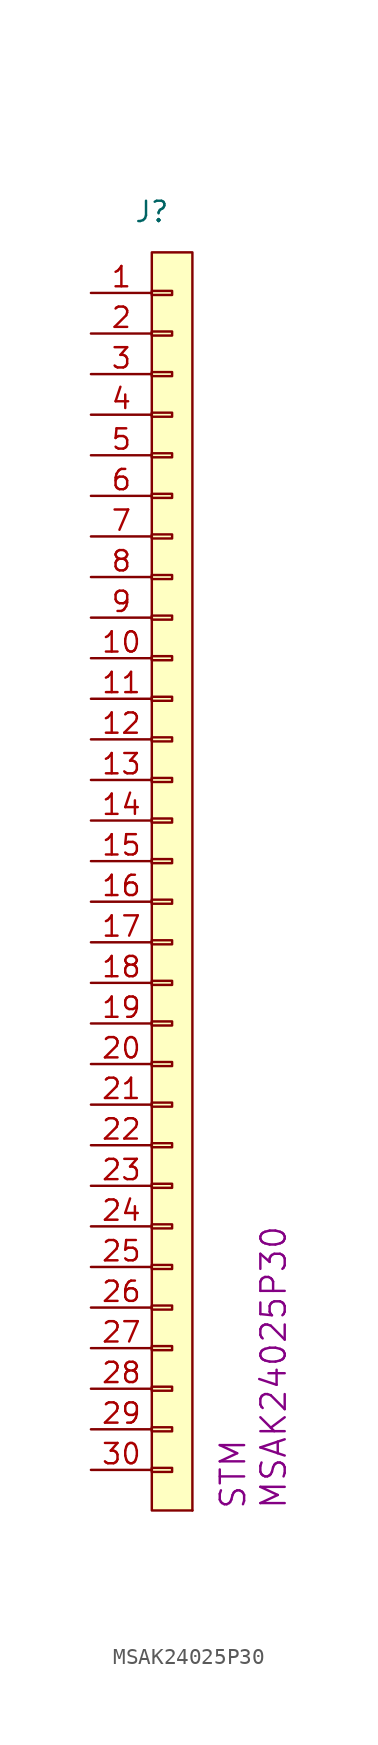
<source format=kicad_sym>
(kicad_symbol_lib
  (version 20211014)
  (generator kicad_symbol_editor)
  (symbol "MSAK24025P30"
    (pin_names
      (offset 1.016) hide)
    (property "Reference" "J"
      (at 0 41.91 0)
      (effects (font (size 1.27 1.27))))
    (property "MPN" "MSAK24025P30"
      (at 7.62 -39.37 90)
      (effects (font (size 1.524 1.524)) (justify left)))
    (property "Manufacturer" "STM"
      (at 5.08 -39.37 90)
      (effects (font (size 1.524 1.524)) (justify left)))
    (symbol "MSAK24025P30_0_1"
      (rectangle (start 0 39.37) (end 2.54 -39.37) (stroke (width 0) (type default) (color 0 0 0 0)) (fill (type background)))
      (rectangle (start 2.54 -39.37) (end 2.54 -39.37) (stroke (width 0) (type default) (color 0 0 0 0)) (fill (type none))))
    (symbol "MSAK24025P30_1_1"
      (rectangle (start 0 -36.703) (end 1.27 -36.957) (stroke (width 0.152) (type default) (color 0 0 0 0)) (fill (type none)))
      (rectangle (start 0 -34.163) (end 1.27 -34.417) (stroke (width 0.152) (type default) (color 0 0 0 0)) (fill (type none)))
      (rectangle (start 0 -31.623) (end 1.27 -31.877) (stroke (width 0.152) (type default) (color 0 0 0 0)) (fill (type none)))
      (rectangle (start 0 -29.083) (end 1.27 -29.337) (stroke (width 0.152) (type default) (color 0 0 0 0)) (fill (type none)))
      (rectangle (start 0 -26.543) (end 1.27 -26.797) (stroke (width 0.152) (type default) (color 0 0 0 0)) (fill (type none)))
      (rectangle (start 0 -24.003) (end 1.27 -24.257) (stroke (width 0.152) (type default) (color 0 0 0 0)) (fill (type none)))
      (rectangle (start 0 -21.463) (end 1.27 -21.717) (stroke (width 0.152) (type default) (color 0 0 0 0)) (fill (type none)))
      (rectangle (start 0 -18.923) (end 1.27 -19.177) (stroke (width 0.152) (type default) (color 0 0 0 0)) (fill (type none)))
      (rectangle (start 0 -16.383) (end 1.27 -16.637) (stroke (width 0.152) (type default) (color 0 0 0 0)) (fill (type none)))
      (rectangle (start 0 -13.843) (end 1.27 -14.097) (stroke (width 0.152) (type default) (color 0 0 0 0)) (fill (type none)))
      (rectangle (start 0 -11.303) (end 1.27 -11.557) (stroke (width 0.152) (type default) (color 0 0 0 0)) (fill (type none)))
      (rectangle (start 0 -8.763) (end 1.27 -9.017) (stroke (width 0.152) (type default) (color 0 0 0 0)) (fill (type none)))
      (rectangle (start 0 -6.223) (end 1.27 -6.477) (stroke (width 0.152) (type default) (color 0 0 0 0)) (fill (type none)))
      (rectangle (start 0 -3.683) (end 1.27 -3.937) (stroke (width 0.152) (type default) (color 0 0 0 0)) (fill (type none)))
      (rectangle (start 0 -1.143) (end 1.27 -1.397) (stroke (width 0.152) (type default) (color 0 0 0 0)) (fill (type none)))
      (rectangle (start 0 1.397) (end 1.27 1.143) (stroke (width 0.152) (type default) (color 0 0 0 0)) (fill (type none)))
      (rectangle (start 0 3.937) (end 1.27 3.683) (stroke (width 0.152) (type default) (color 0 0 0 0)) (fill (type none)))
      (rectangle (start 0 6.477) (end 1.27 6.223) (stroke (width 0.152) (type default) (color 0 0 0 0)) (fill (type none)))
      (rectangle (start 0 9.017) (end 1.27 8.763) (stroke (width 0.152) (type default) (color 0 0 0 0)) (fill (type none)))
      (rectangle (start 0 11.557) (end 1.27 11.303) (stroke (width 0.152) (type default) (color 0 0 0 0)) (fill (type none)))
      (rectangle (start 0 14.097) (end 1.27 13.843) (stroke (width 0.152) (type default) (color 0 0 0 0)) (fill (type none)))
      (rectangle (start 0 16.637) (end 1.27 16.383) (stroke (width 0.152) (type default) (color 0 0 0 0)) (fill (type none)))
      (rectangle (start 0 19.177) (end 1.27 18.923) (stroke (width 0.152) (type default) (color 0 0 0 0)) (fill (type none)))
      (rectangle (start 0 21.717) (end 1.27 21.463) (stroke (width 0.152) (type default) (color 0 0 0 0)) (fill (type none)))
      (rectangle (start 0 24.257) (end 1.27 24.003) (stroke (width 0.152) (type default) (color 0 0 0 0)) (fill (type none)))
      (rectangle (start 0 26.797) (end 1.27 26.543) (stroke (width 0.152) (type default) (color 0 0 0 0)) (fill (type none)))
      (rectangle (start 0 29.337) (end 1.27 29.083) (stroke (width 0.152) (type default) (color 0 0 0 0)) (fill (type none)))
      (rectangle (start 0 31.877) (end 1.27 31.623) (stroke (width 0.152) (type default) (color 0 0 0 0)) (fill (type none)))
      (rectangle (start 0 34.417) (end 1.27 34.163) (stroke (width 0.152) (type default) (color 0 0 0 0)) (fill (type none)))
      (rectangle (start 0 36.957) (end 1.27 36.703) (stroke (width 0.152) (type default) (color 0 0 0 0)) (fill (type none)))
      (pin passive line (at -3.81 36.83 0) (length 3.81) (name "Pin_1" (effects (font (size 1.27 1.27)))) (number "1" (effects (font (size 1.27 1.27)))))
      (pin passive line (at -3.81 13.97 0) (length 3.81) (name "Pin_10" (effects (font (size 1.27 1.27)))) (number "10" (effects (font (size 1.27 1.27)))))
      (pin passive line (at -3.81 11.43 0) (length 3.81) (name "Pin_11" (effects (font (size 1.27 1.27)))) (number "11" (effects (font (size 1.27 1.27)))))
      (pin passive line (at -3.81 8.89 0) (length 3.81) (name "Pin_12" (effects (font (size 1.27 1.27)))) (number "12" (effects (font (size 1.27 1.27)))))
      (pin passive line (at -3.81 6.35 0) (length 3.81) (name "Pin_13" (effects (font (size 1.27 1.27)))) (number "13" (effects (font (size 1.27 1.27)))))
      (pin passive line (at -3.81 3.81 0) (length 3.81) (name "Pin_14" (effects (font (size 1.27 1.27)))) (number "14" (effects (font (size 1.27 1.27)))))
      (pin passive line (at -3.81 1.27 0) (length 3.81) (name "Pin_15" (effects (font (size 1.27 1.27)))) (number "15" (effects (font (size 1.27 1.27)))))
      (pin passive line (at -3.81 -1.27 0) (length 3.81) (name "Pin_16" (effects (font (size 1.27 1.27)))) (number "16" (effects (font (size 1.27 1.27)))))
      (pin passive line (at -3.81 -3.81 0) (length 3.81) (name "Pin_17" (effects (font (size 1.27 1.27)))) (number "17" (effects (font (size 1.27 1.27)))))
      (pin passive line (at -3.81 -6.35 0) (length 3.81) (name "Pin_18" (effects (font (size 1.27 1.27)))) (number "18" (effects (font (size 1.27 1.27)))))
      (pin passive line (at -3.81 -8.89 0) (length 3.81) (name "Pin_19" (effects (font (size 1.27 1.27)))) (number "19" (effects (font (size 1.27 1.27)))))
      (pin passive line (at -3.81 34.29 0) (length 3.81) (name "Pin_2" (effects (font (size 1.27 1.27)))) (number "2" (effects (font (size 1.27 1.27)))))
      (pin passive line (at -3.81 -11.43 0) (length 3.81) (name "Pin_20" (effects (font (size 1.27 1.27)))) (number "20" (effects (font (size 1.27 1.27)))))
      (pin passive line (at -3.81 -13.97 0) (length 3.81) (name "Pin_21" (effects (font (size 1.27 1.27)))) (number "21" (effects (font (size 1.27 1.27)))))
      (pin passive line (at -3.81 -16.51 0) (length 3.81) (name "Pin_22" (effects (font (size 1.27 1.27)))) (number "22" (effects (font (size 1.27 1.27)))))
      (pin passive line (at -3.81 -19.05 0) (length 3.81) (name "Pin_23" (effects (font (size 1.27 1.27)))) (number "23" (effects (font (size 1.27 1.27)))))
      (pin passive line (at -3.81 -21.59 0) (length 3.81) (name "Pin_24" (effects (font (size 1.27 1.27)))) (number "24" (effects (font (size 1.27 1.27)))))
      (pin passive line (at -3.81 -24.13 0) (length 3.81) (name "Pin_25" (effects (font (size 1.27 1.27)))) (number "25" (effects (font (size 1.27 1.27)))))
      (pin passive line (at -3.81 -26.67 0) (length 3.81) (name "Pin_26" (effects (font (size 1.27 1.27)))) (number "26" (effects (font (size 1.27 1.27)))))
      (pin passive line (at -3.81 -29.21 0) (length 3.81) (name "Pin_27" (effects (font (size 1.27 1.27)))) (number "27" (effects (font (size 1.27 1.27)))))
      (pin passive line (at -3.81 -31.75 0) (length 3.81) (name "Pin_28" (effects (font (size 1.27 1.27)))) (number "28" (effects (font (size 1.27 1.27)))))
      (pin passive line (at -3.81 -34.29 0) (length 3.81) (name "Pin_29" (effects (font (size 1.27 1.27)))) (number "29" (effects (font (size 1.27 1.27)))))
      (pin passive line (at -3.81 31.75 0) (length 3.81) (name "Pin_3" (effects (font (size 1.27 1.27)))) (number "3" (effects (font (size 1.27 1.27)))))
      (pin passive line (at -3.81 -36.83 0) (length 3.81) (name "Pin_30" (effects (font (size 1.27 1.27)))) (number "30" (effects (font (size 1.27 1.27)))))
      (pin passive line (at -3.81 29.21 0) (length 3.81) (name "Pin_4" (effects (font (size 1.27 1.27)))) (number "4" (effects (font (size 1.27 1.27)))))
      (pin passive line (at -3.81 26.67 0) (length 3.81) (name "Pin_5" (effects (font (size 1.27 1.27)))) (number "5" (effects (font (size 1.27 1.27)))))
      (pin passive line (at -3.81 24.13 0) (length 3.81) (name "Pin_6" (effects (font (size 1.27 1.27)))) (number "6" (effects (font (size 1.27 1.27)))))
      (pin passive line (at -3.81 21.59 0) (length 3.81) (name "Pin_7" (effects (font (size 1.27 1.27)))) (number "7" (effects (font (size 1.27 1.27)))))
      (pin passive line (at -3.81 19.05 0) (length 3.81) (name "Pin_8" (effects (font (size 1.27 1.27)))) (number "8" (effects (font (size 1.27 1.27)))))
      (pin passive line (at -3.81 16.51 0) (length 3.81) (name "Pin_9" (effects (font (size 1.27 1.27)))) (number "9" (effects (font (size 1.27 1.27))))))))
</source>
